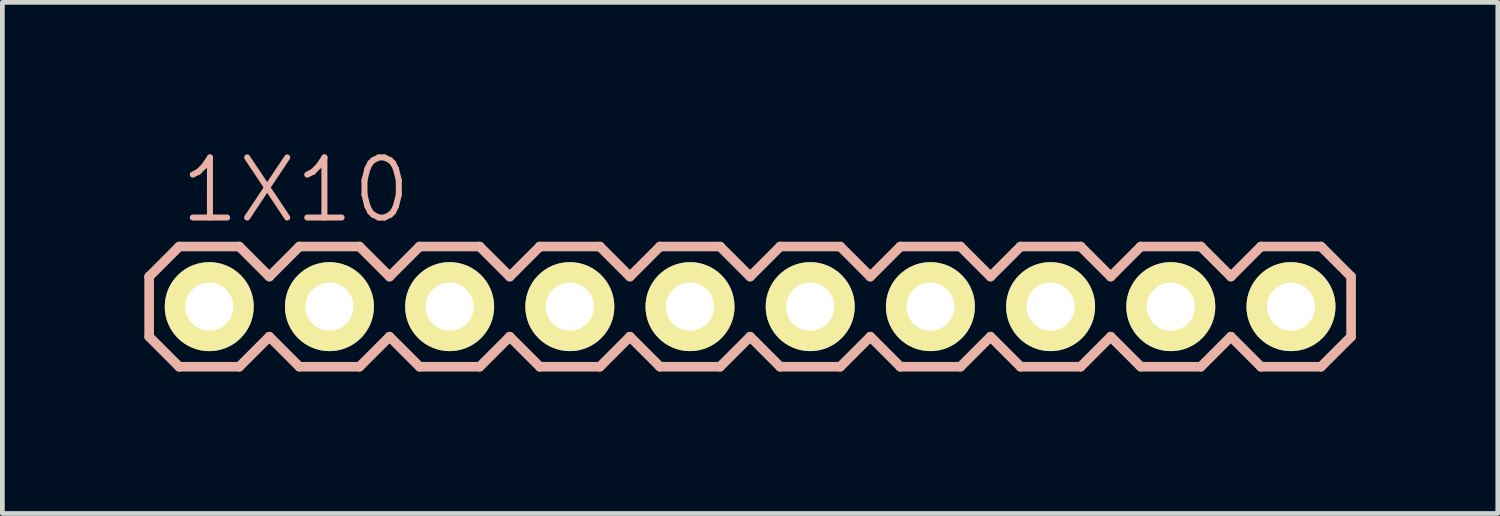
<source format=kicad_pcb>
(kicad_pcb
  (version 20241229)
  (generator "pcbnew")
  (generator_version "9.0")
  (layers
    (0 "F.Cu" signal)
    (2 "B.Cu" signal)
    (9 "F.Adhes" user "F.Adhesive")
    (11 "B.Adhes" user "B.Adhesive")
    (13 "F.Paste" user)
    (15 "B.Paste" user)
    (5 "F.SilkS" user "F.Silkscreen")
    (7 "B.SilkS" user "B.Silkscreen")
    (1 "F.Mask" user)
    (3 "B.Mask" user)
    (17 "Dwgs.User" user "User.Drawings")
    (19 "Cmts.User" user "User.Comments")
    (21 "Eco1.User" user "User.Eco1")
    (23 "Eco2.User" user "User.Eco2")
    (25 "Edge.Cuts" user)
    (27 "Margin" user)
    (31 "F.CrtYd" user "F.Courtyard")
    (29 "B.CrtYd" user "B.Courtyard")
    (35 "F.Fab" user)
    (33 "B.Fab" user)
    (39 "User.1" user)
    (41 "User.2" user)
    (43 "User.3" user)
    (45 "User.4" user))
  (footprint "1X10"
    (layer "F.Cu")
    (at 1.372 3.43)
    (property "Reference" "1X10" (at 1.829 -2.464 0) (layer "B.SilkS") (effects (font (size 1.27 1.27) (thickness 0.127))))
    (attr exclude_from_pos_files exclude_from_bom)
    (fp_line (start -0.254 -0.254) (end 0.254 -0.254) (stroke (width 0.066) (type solid)) (layer "F.SilkS"))
    (fp_line (start -0.254 0.254) (end -0.254 -0.254) (stroke (width 0.066) (type solid)) (layer "F.SilkS"))
    (fp_line (start -0.254 0.254) (end 0.254 0.254) (stroke (width 0.066) (type solid)) (layer "F.SilkS"))
    (fp_line (start 0.254 0.254) (end 0.254 -0.254) (stroke (width 0.066) (type solid)) (layer "F.SilkS"))
    (fp_line (start 2.286 -0.254) (end 2.794 -0.254) (stroke (width 0.066) (type solid)) (layer "F.SilkS"))
    (fp_line (start 2.286 0.254) (end 2.286 -0.254) (stroke (width 0.066) (type solid)) (layer "F.SilkS"))
    (fp_line (start 2.286 0.254) (end 2.794 0.254) (stroke (width 0.066) (type solid)) (layer "F.SilkS"))
    (fp_line (start 2.794 0.254) (end 2.794 -0.254) (stroke (width 0.066) (type solid)) (layer "F.SilkS"))
    (fp_line (start 4.826 -0.254) (end 5.334 -0.254) (stroke (width 0.066) (type solid)) (layer "F.SilkS"))
    (fp_line (start 4.826 0.254) (end 4.826 -0.254) (stroke (width 0.066) (type solid)) (layer "F.SilkS"))
    (fp_line (start 4.826 0.254) (end 5.334 0.254) (stroke (width 0.066) (type solid)) (layer "F.SilkS"))
    (fp_line (start 5.334 0.254) (end 5.334 -0.254) (stroke (width 0.066) (type solid)) (layer "F.SilkS"))
    (fp_line (start 7.366 -0.254) (end 7.874 -0.254) (stroke (width 0.066) (type solid)) (layer "F.SilkS"))
    (fp_line (start 7.366 0.254) (end 7.366 -0.254) (stroke (width 0.066) (type solid)) (layer "F.SilkS"))
    (fp_line (start 7.366 0.254) (end 7.874 0.254) (stroke (width 0.066) (type solid)) (layer "F.SilkS"))
    (fp_line (start 7.874 0.254) (end 7.874 -0.254) (stroke (width 0.066) (type solid)) (layer "F.SilkS"))
    (fp_line (start 9.906 -0.254) (end 10.414 -0.254) (stroke (width 0.066) (type solid)) (layer "F.SilkS"))
    (fp_line (start 9.906 0.254) (end 9.906 -0.254) (stroke (width 0.066) (type solid)) (layer "F.SilkS"))
    (fp_line (start 9.906 0.254) (end 10.414 0.254) (stroke (width 0.066) (type solid)) (layer "F.SilkS"))
    (fp_line (start 10.414 0.254) (end 10.414 -0.254) (stroke (width 0.066) (type solid)) (layer "F.SilkS"))
    (fp_line (start 12.446 -0.254) (end 12.954 -0.254) (stroke (width 0.066) (type solid)) (layer "F.SilkS"))
    (fp_line (start 12.446 0.254) (end 12.446 -0.254) (stroke (width 0.066) (type solid)) (layer "F.SilkS"))
    (fp_line (start 12.446 0.254) (end 12.954 0.254) (stroke (width 0.066) (type solid)) (layer "F.SilkS"))
    (fp_line (start 12.954 0.254) (end 12.954 -0.254) (stroke (width 0.066) (type solid)) (layer "F.SilkS"))
    (fp_line (start 14.986 -0.254) (end 15.494 -0.254) (stroke (width 0.066) (type solid)) (layer "F.SilkS"))
    (fp_line (start 14.986 0.254) (end 14.986 -0.254) (stroke (width 0.066) (type solid)) (layer "F.SilkS"))
    (fp_line (start 14.986 0.254) (end 15.494 0.254) (stroke (width 0.066) (type solid)) (layer "F.SilkS"))
    (fp_line (start 15.494 0.254) (end 15.494 -0.254) (stroke (width 0.066) (type solid)) (layer "F.SilkS"))
    (fp_line (start 17.523 -0.254) (end 18.034 -0.254) (stroke (width 0.066) (type solid)) (layer "F.SilkS"))
    (fp_line (start 17.523 0.254) (end 17.523 -0.254) (stroke (width 0.066) (type solid)) (layer "F.SilkS"))
    (fp_line (start 17.523 0.254) (end 18.034 0.254) (stroke (width 0.066) (type solid)) (layer "F.SilkS"))
    (fp_line (start 18.034 0.254) (end 18.034 -0.254) (stroke (width 0.066) (type solid)) (layer "F.SilkS"))
    (fp_line (start 20.066 -0.254) (end 20.574 -0.254) (stroke (width 0.066) (type solid)) (layer "F.SilkS"))
    (fp_line (start 20.066 0.254) (end 20.066 -0.254) (stroke (width 0.066) (type solid)) (layer "F.SilkS"))
    (fp_line (start 20.066 0.254) (end 20.574 0.254) (stroke (width 0.066) (type solid)) (layer "F.SilkS"))
    (fp_line (start 20.574 0.254) (end 20.574 -0.254) (stroke (width 0.066) (type solid)) (layer "F.SilkS"))
    (fp_line (start 22.606 -0.254) (end 23.114 -0.254) (stroke (width 0.066) (type solid)) (layer "F.SilkS"))
    (fp_line (start 22.606 0.254) (end 22.606 -0.254) (stroke (width 0.066) (type solid)) (layer "F.SilkS"))
    (fp_line (start 22.606 0.254) (end 23.114 0.254) (stroke (width 0.066) (type solid)) (layer "F.SilkS"))
    (fp_line (start 23.114 0.254) (end 23.114 -0.254) (stroke (width 0.066) (type solid)) (layer "F.SilkS"))
    (fp_line (start -1.27 -0.635) (end -1.27 0.635) (stroke (width 0.203) (type solid)) (layer "B.SilkS"))
    (fp_line (start -1.27 0.635) (end -0.635 1.27) (stroke (width 0.203) (type solid)) (layer "B.SilkS"))
    (fp_line (start -0.635 -1.27) (end -1.27 -0.635) (stroke (width 0.203) (type solid)) (layer "B.SilkS"))
    (fp_line (start -0.635 -1.27) (end 0.635 -1.27) (stroke (width 0.203) (type solid)) (layer "B.SilkS"))
    (fp_line (start 0.635 -1.27) (end 1.27 -0.635) (stroke (width 0.203) (type solid)) (layer "B.SilkS"))
    (fp_line (start 0.635 1.27) (end -0.635 1.27) (stroke (width 0.203) (type solid)) (layer "B.SilkS"))
    (fp_line (start 1.27 -0.635) (end 1.905 -1.27) (stroke (width 0.203) (type solid)) (layer "B.SilkS"))
    (fp_line (start 1.27 0.635) (end 0.635 1.27) (stroke (width 0.203) (type solid)) (layer "B.SilkS"))
    (fp_line (start 1.905 -1.27) (end 3.175 -1.27) (stroke (width 0.203) (type solid)) (layer "B.SilkS"))
    (fp_line (start 1.905 1.27) (end 1.27 0.635) (stroke (width 0.203) (type solid)) (layer "B.SilkS"))
    (fp_line (start 3.175 -1.27) (end 3.81 -0.635) (stroke (width 0.203) (type solid)) (layer "B.SilkS"))
    (fp_line (start 3.175 1.27) (end 1.905 1.27) (stroke (width 0.203) (type solid)) (layer "B.SilkS"))
    (fp_line (start 3.81 -0.635) (end 4.445 -1.27) (stroke (width 0.203) (type solid)) (layer "B.SilkS"))
    (fp_line (start 3.81 0.635) (end 3.175 1.27) (stroke (width 0.203) (type solid)) (layer "B.SilkS"))
    (fp_line (start 4.445 -1.27) (end 5.715 -1.27) (stroke (width 0.203) (type solid)) (layer "B.SilkS"))
    (fp_line (start 4.445 1.27) (end 3.81 0.635) (stroke (width 0.203) (type solid)) (layer "B.SilkS"))
    (fp_line (start 5.715 -1.27) (end 6.35 -0.635) (stroke (width 0.203) (type solid)) (layer "B.SilkS"))
    (fp_line (start 5.715 1.27) (end 4.445 1.27) (stroke (width 0.203) (type solid)) (layer "B.SilkS"))
    (fp_line (start 6.35 0.635) (end 5.715 1.27) (stroke (width 0.203) (type solid)) (layer "B.SilkS"))
    (fp_line (start 6.35 0.635) (end 6.985 1.27) (stroke (width 0.203) (type solid)) (layer "B.SilkS"))
    (fp_line (start 6.985 -1.27) (end 6.35 -0.635) (stroke (width 0.203) (type solid)) (layer "B.SilkS"))
    (fp_line (start 6.985 -1.27) (end 8.255 -1.27) (stroke (width 0.203) (type solid)) (layer "B.SilkS"))
    (fp_line (start 8.255 -1.27) (end 8.89 -0.635) (stroke (width 0.203) (type solid)) (layer "B.SilkS"))
    (fp_line (start 8.255 1.27) (end 6.985 1.27) (stroke (width 0.203) (type solid)) (layer "B.SilkS"))
    (fp_line (start 8.89 -0.635) (end 9.525 -1.27) (stroke (width 0.203) (type solid)) (layer "B.SilkS"))
    (fp_line (start 8.89 0.635) (end 8.255 1.27) (stroke (width 0.203) (type solid)) (layer "B.SilkS"))
    (fp_line (start 9.525 -1.27) (end 10.795 -1.27) (stroke (width 0.203) (type solid)) (layer "B.SilkS"))
    (fp_line (start 9.525 1.27) (end 8.89 0.635) (stroke (width 0.203) (type solid)) (layer "B.SilkS"))
    (fp_line (start 10.795 -1.27) (end 11.43 -0.635) (stroke (width 0.203) (type solid)) (layer "B.SilkS"))
    (fp_line (start 10.795 1.27) (end 9.525 1.27) (stroke (width 0.203) (type solid)) (layer "B.SilkS"))
    (fp_line (start 11.43 -0.635) (end 12.065 -1.27) (stroke (width 0.203) (type solid)) (layer "B.SilkS"))
    (fp_line (start 11.43 0.635) (end 10.795 1.27) (stroke (width 0.203) (type solid)) (layer "B.SilkS"))
    (fp_line (start 12.065 -1.27) (end 13.335 -1.27) (stroke (width 0.203) (type solid)) (layer "B.SilkS"))
    (fp_line (start 12.065 1.27) (end 11.43 0.635) (stroke (width 0.203) (type solid)) (layer "B.SilkS"))
    (fp_line (start 13.335 -1.27) (end 13.97 -0.635) (stroke (width 0.203) (type solid)) (layer "B.SilkS"))
    (fp_line (start 13.335 1.27) (end 12.065 1.27) (stroke (width 0.203) (type solid)) (layer "B.SilkS"))
    (fp_line (start 13.97 0.635) (end 13.335 1.27) (stroke (width 0.203) (type solid)) (layer "B.SilkS"))
    (fp_line (start 13.97 0.635) (end 14.605 1.27) (stroke (width 0.203) (type solid)) (layer "B.SilkS"))
    (fp_line (start 14.605 -1.27) (end 13.97 -0.635) (stroke (width 0.203) (type solid)) (layer "B.SilkS"))
    (fp_line (start 14.605 -1.27) (end 15.875 -1.27) (stroke (width 0.203) (type solid)) (layer "B.SilkS"))
    (fp_line (start 15.875 -1.27) (end 16.51 -0.635) (stroke (width 0.203) (type solid)) (layer "B.SilkS"))
    (fp_line (start 15.875 1.27) (end 14.605 1.27) (stroke (width 0.203) (type solid)) (layer "B.SilkS"))
    (fp_line (start 16.51 0.635) (end 15.875 1.27) (stroke (width 0.203) (type solid)) (layer "B.SilkS"))
    (fp_line (start 16.51 0.635) (end 17.145 1.27) (stroke (width 0.203) (type solid)) (layer "B.SilkS"))
    (fp_line (start 17.145 -1.27) (end 16.51 -0.635) (stroke (width 0.203) (type solid)) (layer "B.SilkS"))
    (fp_line (start 17.145 -1.27) (end 18.415 -1.27) (stroke (width 0.203) (type solid)) (layer "B.SilkS"))
    (fp_line (start 18.415 -1.27) (end 19.05 -0.635) (stroke (width 0.203) (type solid)) (layer "B.SilkS"))
    (fp_line (start 18.415 1.27) (end 17.145 1.27) (stroke (width 0.203) (type solid)) (layer "B.SilkS"))
    (fp_line (start 19.05 0.635) (end 18.415 1.27) (stroke (width 0.203) (type solid)) (layer "B.SilkS"))
    (fp_line (start 19.05 0.635) (end 19.685 1.27) (stroke (width 0.203) (type solid)) (layer "B.SilkS"))
    (fp_line (start 19.685 -1.27) (end 19.05 -0.635) (stroke (width 0.203) (type solid)) (layer "B.SilkS"))
    (fp_line (start 19.685 -1.27) (end 20.955 -1.27) (stroke (width 0.203) (type solid)) (layer "B.SilkS"))
    (fp_line (start 20.955 -1.27) (end 21.59 -0.635) (stroke (width 0.203) (type solid)) (layer "B.SilkS"))
    (fp_line (start 20.955 1.27) (end 19.685 1.27) (stroke (width 0.203) (type solid)) (layer "B.SilkS"))
    (fp_line (start 21.59 0.635) (end 20.955 1.27) (stroke (width 0.203) (type solid)) (layer "B.SilkS"))
    (fp_line (start 21.59 0.635) (end 22.225 1.27) (stroke (width 0.203) (type solid)) (layer "B.SilkS"))
    (fp_line (start 22.225 -1.27) (end 21.59 -0.635) (stroke (width 0.203) (type solid)) (layer "B.SilkS"))
    (fp_line (start 22.225 -1.27) (end 23.495 -1.27) (stroke (width 0.203) (type solid)) (layer "B.SilkS"))
    (fp_line (start 23.495 -1.27) (end 24.13 -0.635) (stroke (width 0.203) (type solid)) (layer "B.SilkS"))
    (fp_line (start 23.495 1.27) (end 22.225 1.27) (stroke (width 0.203) (type solid)) (layer "B.SilkS"))
    (fp_line (start 24.13 -0.635) (end 24.13 0.635) (stroke (width 0.203) (type solid)) (layer "B.SilkS"))
    (fp_line (start 24.13 0.635) (end 23.495 1.27) (stroke (width 0.203) (type solid)) (layer "B.SilkS"))
    (pad "1" thru_hole circle (at 0 0) (size 1.88 1.88) (drill 1.016) (layers "*.Cu" "F.Mask" "F.SilkS" "F.Paste"))
    (pad "2" thru_hole circle (at 2.54 0) (size 1.88 1.88) (drill 1.016) (layers "*.Cu" "F.Mask" "F.SilkS" "F.Paste"))
    (pad "3" thru_hole circle (at 5.08 0) (size 1.88 1.88) (drill 1.016) (layers "*.Cu" "F.Mask" "F.SilkS" "F.Paste"))
    (pad "4" thru_hole circle (at 7.62 0) (size 1.88 1.88) (drill 1.016) (layers "*.Cu" "F.Mask" "F.SilkS" "F.Paste"))
    (pad "5" thru_hole circle (at 10.16 0) (size 1.88 1.88) (drill 1.016) (layers "*.Cu" "F.Mask" "F.SilkS" "F.Paste"))
    (pad "6" thru_hole circle (at 12.7 0) (size 1.88 1.88) (drill 1.016) (layers "*.Cu" "F.Mask" "F.SilkS" "F.Paste"))
    (pad "7" thru_hole circle (at 15.24 0) (size 1.88 1.88) (drill 1.016) (layers "*.Cu" "F.Mask" "F.SilkS" "F.Paste"))
    (pad "8" thru_hole circle (at 17.78 0) (size 1.88 1.88) (drill 1.016) (layers "*.Cu" "F.Mask" "F.SilkS" "F.Paste"))
    (pad "9" thru_hole circle (at 20.32 0) (size 1.88 1.88) (drill 1.016) (layers "*.Cu" "F.Mask" "F.SilkS" "F.Paste"))
    (pad "10" thru_hole circle (at 22.86 0) (size 1.88 1.88) (drill 1.016) (layers "*.Cu" "F.Mask" "F.SilkS" "F.Paste")))
  (gr_rect
    (start -3 -3)
    (end 28.603 7.801)
    (stroke (width 0.1) (type default))
    (fill no)
    (layer "Edge.Cuts")))
</source>
